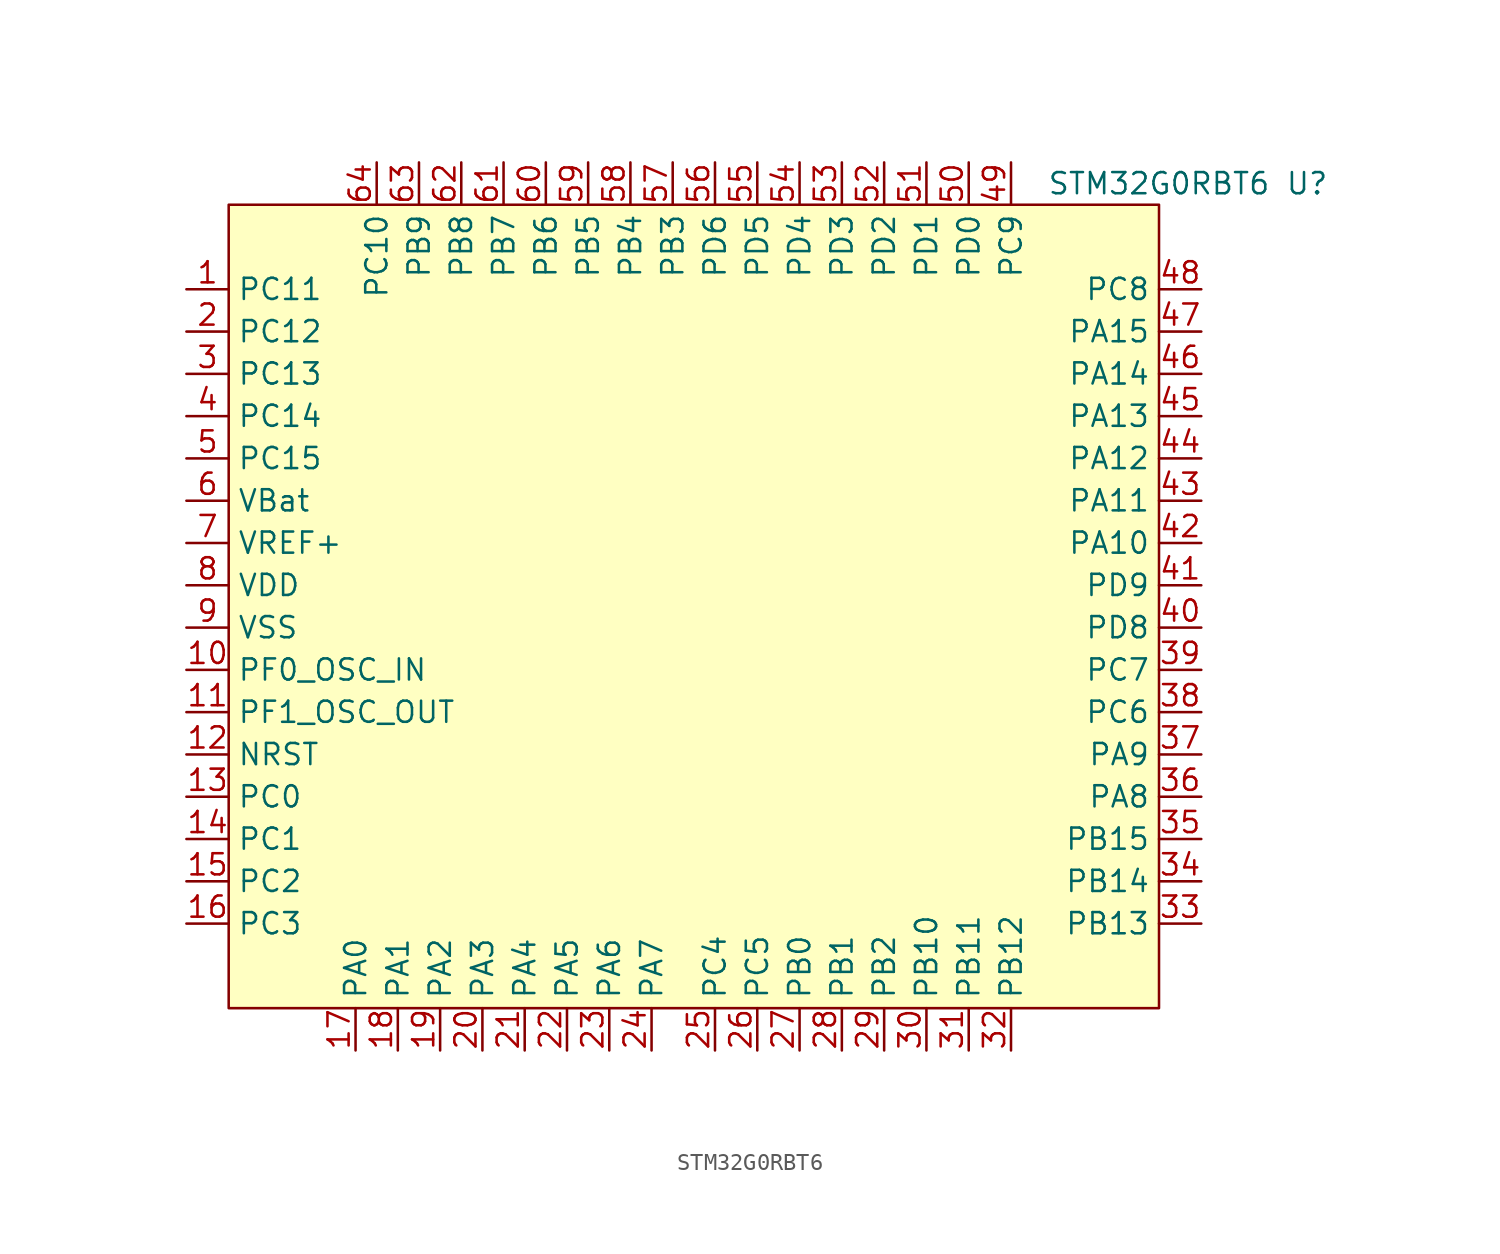
<source format=kicad_sym>
(kicad_symbol_lib
  (version 20211014)
  (generator kicad_symbol_editor)
  (symbol "STM32G0RBT6"
    (property "Reference" "U"
      (at 16.51 -3.81 0)
      (effects (font (size 1.27 1.27))))
    (property "Value" "STM32G0RBT6"
      (at 7.62 -3.81 0)
      (effects (font (size 1.27 1.27))))
    (symbol "STM32G0RBT6_0_1"
      (rectangle (start -48.26 -5.08) (end 7.62 -53.34) (stroke (width 0) (type default) (color 0 0 0 0)) (fill (type background))))
    (symbol "STM32G0RBT6_1_1"
      (pin bidirectional line (at -50.8 -10.16 0) (length 2.54) (name "PC11" (effects (font (size 1.27 1.27)))) (number "1" (effects (font (size 1.27 1.27)))))
      (pin bidirectional line (at -50.8 -33.02 0) (length 2.54) (name "PF0_OSC_IN" (effects (font (size 1.27 1.27)))) (number "10" (effects (font (size 1.27 1.27)))))
      (pin bidirectional line (at -50.8 -35.56 0) (length 2.54) (name "PF1_OSC_OUT" (effects (font (size 1.27 1.27)))) (number "11" (effects (font (size 1.27 1.27)))))
      (pin power_in line (at -50.8 -38.1 0) (length 2.54) (name "NRST" (effects (font (size 1.27 1.27)))) (number "12" (effects (font (size 1.27 1.27)))))
      (pin bidirectional line (at -50.8 -40.64 0) (length 2.54) (name "PC0" (effects (font (size 1.27 1.27)))) (number "13" (effects (font (size 1.27 1.27)))))
      (pin bidirectional line (at -50.8 -43.18 0) (length 2.54) (name "PC1" (effects (font (size 1.27 1.27)))) (number "14" (effects (font (size 1.27 1.27)))))
      (pin bidirectional line (at -50.8 -45.72 0) (length 2.54) (name "PC2" (effects (font (size 1.27 1.27)))) (number "15" (effects (font (size 1.27 1.27)))))
      (pin bidirectional line (at -50.8 -48.26 0) (length 2.54) (name "PC3" (effects (font (size 1.27 1.27)))) (number "16" (effects (font (size 1.27 1.27)))))
      (pin bidirectional line (at -40.64 -55.88 90) (length 2.54) (name "PA0" (effects (font (size 1.27 1.27)))) (number "17" (effects (font (size 1.27 1.27)))))
      (pin bidirectional line (at -38.1 -55.88 90) (length 2.54) (name "PA1" (effects (font (size 1.27 1.27)))) (number "18" (effects (font (size 1.27 1.27)))))
      (pin bidirectional line (at -35.56 -55.88 90) (length 2.54) (name "PA2" (effects (font (size 1.27 1.27)))) (number "19" (effects (font (size 1.27 1.27)))))
      (pin bidirectional line (at -50.8 -12.7 0) (length 2.54) (name "PC12" (effects (font (size 1.27 1.27)))) (number "2" (effects (font (size 1.27 1.27)))))
      (pin bidirectional line (at -33.02 -55.88 90) (length 2.54) (name "PA3" (effects (font (size 1.27 1.27)))) (number "20" (effects (font (size 1.27 1.27)))))
      (pin bidirectional line (at -30.48 -55.88 90) (length 2.54) (name "PA4" (effects (font (size 1.27 1.27)))) (number "21" (effects (font (size 1.27 1.27)))))
      (pin bidirectional line (at -27.94 -55.88 90) (length 2.54) (name "PA5" (effects (font (size 1.27 1.27)))) (number "22" (effects (font (size 1.27 1.27)))))
      (pin bidirectional line (at -25.4 -55.88 90) (length 2.54) (name "PA6" (effects (font (size 1.27 1.27)))) (number "23" (effects (font (size 1.27 1.27)))))
      (pin bidirectional line (at -22.86 -55.88 90) (length 2.54) (name "PA7" (effects (font (size 1.27 1.27)))) (number "24" (effects (font (size 1.27 1.27)))))
      (pin bidirectional line (at -19.05 -55.88 90) (length 2.54) (name "PC4" (effects (font (size 1.27 1.27)))) (number "25" (effects (font (size 1.27 1.27)))))
      (pin bidirectional line (at -16.51 -55.88 90) (length 2.54) (name "PC5" (effects (font (size 1.27 1.27)))) (number "26" (effects (font (size 1.27 1.27)))))
      (pin bidirectional line (at -13.97 -55.88 90) (length 2.54) (name "PB0" (effects (font (size 1.27 1.27)))) (number "27" (effects (font (size 1.27 1.27)))))
      (pin bidirectional line (at -11.43 -55.88 90) (length 2.54) (name "PB1" (effects (font (size 1.27 1.27)))) (number "28" (effects (font (size 1.27 1.27)))))
      (pin bidirectional line (at -8.89 -55.88 90) (length 2.54) (name "PB2" (effects (font (size 1.27 1.27)))) (number "29" (effects (font (size 1.27 1.27)))))
      (pin bidirectional line (at -50.8 -15.24 0) (length 2.54) (name "PC13" (effects (font (size 1.27 1.27)))) (number "3" (effects (font (size 1.27 1.27)))))
      (pin bidirectional line (at -6.35 -55.88 90) (length 2.54) (name "PB10" (effects (font (size 1.27 1.27)))) (number "30" (effects (font (size 1.27 1.27)))))
      (pin bidirectional line (at -3.81 -55.88 90) (length 2.54) (name "PB11" (effects (font (size 1.27 1.27)))) (number "31" (effects (font (size 1.27 1.27)))))
      (pin bidirectional line (at -1.27 -55.88 90) (length 2.54) (name "PB12" (effects (font (size 1.27 1.27)))) (number "32" (effects (font (size 1.27 1.27)))))
      (pin bidirectional line (at 10.16 -48.26 180) (length 2.54) (name "PB13" (effects (font (size 1.27 1.27)))) (number "33" (effects (font (size 1.27 1.27)))))
      (pin bidirectional line (at 10.16 -45.72 180) (length 2.54) (name "PB14" (effects (font (size 1.27 1.27)))) (number "34" (effects (font (size 1.27 1.27)))))
      (pin bidirectional line (at 10.16 -43.18 180) (length 2.54) (name "PB15" (effects (font (size 1.27 1.27)))) (number "35" (effects (font (size 1.27 1.27)))))
      (pin bidirectional line (at 10.16 -40.64 180) (length 2.54) (name "PA8" (effects (font (size 1.27 1.27)))) (number "36" (effects (font (size 1.27 1.27)))))
      (pin bidirectional line (at 10.16 -38.1 180) (length 2.54) (name "PA9" (effects (font (size 1.27 1.27)))) (number "37" (effects (font (size 1.27 1.27)))))
      (pin bidirectional line (at 10.16 -35.56 180) (length 2.54) (name "PC6" (effects (font (size 1.27 1.27)))) (number "38" (effects (font (size 1.27 1.27)))))
      (pin bidirectional line (at 10.16 -33.02 180) (length 2.54) (name "PC7" (effects (font (size 1.27 1.27)))) (number "39" (effects (font (size 1.27 1.27)))))
      (pin bidirectional line (at -50.8 -17.78 0) (length 2.54) (name "PC14" (effects (font (size 1.27 1.27)))) (number "4" (effects (font (size 1.27 1.27)))))
      (pin bidirectional line (at 10.16 -30.48 180) (length 2.54) (name "PD8" (effects (font (size 1.27 1.27)))) (number "40" (effects (font (size 1.27 1.27)))))
      (pin bidirectional line (at 10.16 -27.94 180) (length 2.54) (name "PD9" (effects (font (size 1.27 1.27)))) (number "41" (effects (font (size 1.27 1.27)))))
      (pin bidirectional line (at 10.16 -25.4 180) (length 2.54) (name "PA10" (effects (font (size 1.27 1.27)))) (number "42" (effects (font (size 1.27 1.27)))))
      (pin bidirectional line (at 10.16 -22.86 180) (length 2.54) (name "PA11" (effects (font (size 1.27 1.27)))) (number "43" (effects (font (size 1.27 1.27)))))
      (pin bidirectional line (at 10.16 -20.32 180) (length 2.54) (name "PA12" (effects (font (size 1.27 1.27)))) (number "44" (effects (font (size 1.27 1.27)))))
      (pin bidirectional line (at 10.16 -17.78 180) (length 2.54) (name "PA13" (effects (font (size 1.27 1.27)))) (number "45" (effects (font (size 1.27 1.27)))))
      (pin bidirectional line (at 10.16 -15.24 180) (length 2.54) (name "PA14" (effects (font (size 1.27 1.27)))) (number "46" (effects (font (size 1.27 1.27)))))
      (pin bidirectional line (at 10.16 -12.7 180) (length 2.54) (name "PA15" (effects (font (size 1.27 1.27)))) (number "47" (effects (font (size 1.27 1.27)))))
      (pin bidirectional line (at 10.16 -10.16 180) (length 2.54) (name "PC8" (effects (font (size 1.27 1.27)))) (number "48" (effects (font (size 1.27 1.27)))))
      (pin bidirectional line (at -1.27 -2.54 270) (length 2.54) (name "PC9" (effects (font (size 1.27 1.27)))) (number "49" (effects (font (size 1.27 1.27)))))
      (pin bidirectional line (at -50.8 -20.32 0) (length 2.54) (name "PC15" (effects (font (size 1.27 1.27)))) (number "5" (effects (font (size 1.27 1.27)))))
      (pin bidirectional line (at -3.81 -2.54 270) (length 2.54) (name "PD0" (effects (font (size 1.27 1.27)))) (number "50" (effects (font (size 1.27 1.27)))))
      (pin bidirectional line (at -6.35 -2.54 270) (length 2.54) (name "PD1" (effects (font (size 1.27 1.27)))) (number "51" (effects (font (size 1.27 1.27)))))
      (pin bidirectional line (at -8.89 -2.54 270) (length 2.54) (name "PD2" (effects (font (size 1.27 1.27)))) (number "52" (effects (font (size 1.27 1.27)))))
      (pin bidirectional line (at -11.43 -2.54 270) (length 2.54) (name "PD3" (effects (font (size 1.27 1.27)))) (number "53" (effects (font (size 1.27 1.27)))))
      (pin bidirectional line (at -13.97 -2.54 270) (length 2.54) (name "PD4" (effects (font (size 1.27 1.27)))) (number "54" (effects (font (size 1.27 1.27)))))
      (pin bidirectional line (at -16.51 -2.54 270) (length 2.54) (name "PD5" (effects (font (size 1.27 1.27)))) (number "55" (effects (font (size 1.27 1.27)))))
      (pin bidirectional line (at -19.05 -2.54 270) (length 2.54) (name "PD6" (effects (font (size 1.27 1.27)))) (number "56" (effects (font (size 1.27 1.27)))))
      (pin bidirectional line (at -21.59 -2.54 270) (length 2.54) (name "PB3" (effects (font (size 1.27 1.27)))) (number "57" (effects (font (size 1.27 1.27)))))
      (pin bidirectional line (at -24.13 -2.54 270) (length 2.54) (name "PB4" (effects (font (size 1.27 1.27)))) (number "58" (effects (font (size 1.27 1.27)))))
      (pin bidirectional line (at -26.67 -2.54 270) (length 2.54) (name "PB5" (effects (font (size 1.27 1.27)))) (number "59" (effects (font (size 1.27 1.27)))))
      (pin power_in line (at -50.8 -22.86 0) (length 2.54) (name "VBat" (effects (font (size 1.27 1.27)))) (number "6" (effects (font (size 1.27 1.27)))))
      (pin bidirectional line (at -29.21 -2.54 270) (length 2.54) (name "PB6" (effects (font (size 1.27 1.27)))) (number "60" (effects (font (size 1.27 1.27)))))
      (pin bidirectional line (at -31.75 -2.54 270) (length 2.54) (name "PB7" (effects (font (size 1.27 1.27)))) (number "61" (effects (font (size 1.27 1.27)))))
      (pin bidirectional line (at -34.29 -2.54 270) (length 2.54) (name "PB8" (effects (font (size 1.27 1.27)))) (number "62" (effects (font (size 1.27 1.27)))))
      (pin bidirectional line (at -36.83 -2.54 270) (length 2.54) (name "PB9" (effects (font (size 1.27 1.27)))) (number "63" (effects (font (size 1.27 1.27)))))
      (pin bidirectional line (at -39.37 -2.54 270) (length 2.54) (name "PC10" (effects (font (size 1.27 1.27)))) (number "64" (effects (font (size 1.27 1.27)))))
      (pin power_in line (at -50.8 -25.4 0) (length 2.54) (name "VREF+" (effects (font (size 1.27 1.27)))) (number "7" (effects (font (size 1.27 1.27)))))
      (pin power_in line (at -50.8 -27.94 0) (length 2.54) (name "VDD" (effects (font (size 1.27 1.27)))) (number "8" (effects (font (size 1.27 1.27)))))
      (pin power_in line (at -50.8 -30.48 0) (length 2.54) (name "VSS" (effects (font (size 1.27 1.27)))) (number "9" (effects (font (size 1.27 1.27))))))))
</source>
